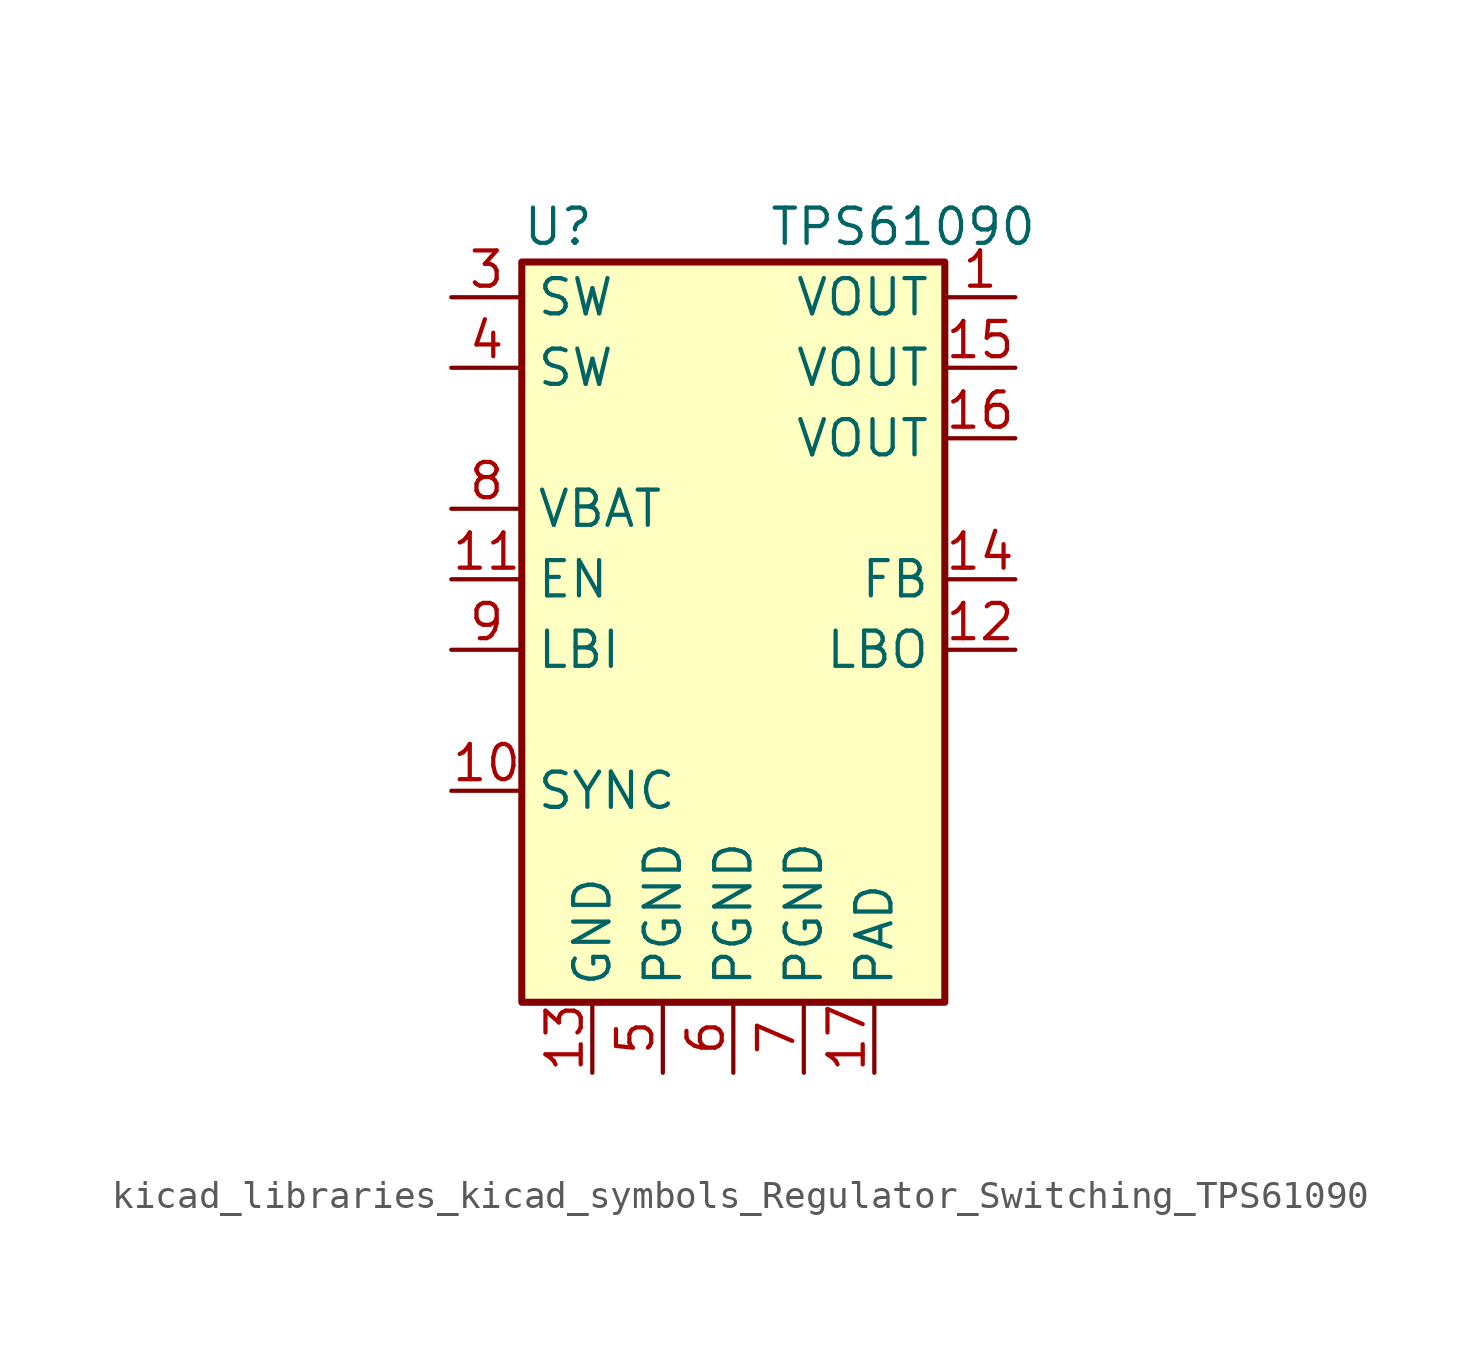
<source format=kicad_sym>
(kicad_symbol_lib
  (version 20220914)
  (generator kicad_symbol_editor)
  (symbol "kicad_libraries_kicad_symbols_Regulator_Switching_TPS61090"
    (property "Reference" "U"
      (at -7.62 15.24 0)
      (effects (font (size 1.27 1.27)) (justify left)))
    (property "Value" "TPS61090"
      (at 1.27 15.24 0)
      (effects (font (size 1.27 1.27)) (justify left)))
    (symbol "kicad_libraries_kicad_symbols_Regulator_Switching_TPS61090_0_0"
      (pin power_out line (at 10.16 12.7 180) (length 2.54) (name "VOUT" (effects (font (size 1.27 1.27)))) (number "1" (effects (font (size 1.27 1.27)))))
      (pin input line (at -10.16 -5.08 0) (length 2.54) (name "SYNC" (effects (font (size 1.27 1.27)))) (number "10" (effects (font (size 1.27 1.27)))))
      (pin input line (at -10.16 2.54 0) (length 2.54) (name "EN" (effects (font (size 1.27 1.27)))) (number "11" (effects (font (size 1.27 1.27)))))
      (pin open_collector line (at 10.16 0 180) (length 2.54) (name "LBO" (effects (font (size 1.27 1.27)))) (number "12" (effects (font (size 1.27 1.27)))))
      (pin power_in line (at -5.08 -15.24 90) (length 2.54) (name "GND" (effects (font (size 1.27 1.27)))) (number "13" (effects (font (size 1.27 1.27)))))
      (pin input line (at 10.16 2.54 180) (length 2.54) (name "FB" (effects (font (size 1.27 1.27)))) (number "14" (effects (font (size 1.27 1.27)))))
      (pin passive line (at 10.16 10.16 180) (length 2.54) (name "VOUT" (effects (font (size 1.27 1.27)))) (number "15" (effects (font (size 1.27 1.27)))))
      (pin passive line (at 10.16 7.62 180) (length 2.54) (name "VOUT" (effects (font (size 1.27 1.27)))) (number "16" (effects (font (size 1.27 1.27)))))
      (pin power_in line (at 5.08 -15.24 90) (length 2.54) (name "PAD" (effects (font (size 1.27 1.27)))) (number "17" (effects (font (size 1.27 1.27)))))
      (pin no_connect line (at 10.16 -5.08 180) (length 2.54) hide (name "NC" (effects (font (size 1.27 1.27)))) (number "2" (effects (font (size 1.27 1.27)))))
      (pin passive line (at -10.16 12.7 0) (length 2.54) (name "SW" (effects (font (size 1.27 1.27)))) (number "3" (effects (font (size 1.27 1.27)))))
      (pin passive line (at -10.16 10.16 0) (length 2.54) (name "SW" (effects (font (size 1.27 1.27)))) (number "4" (effects (font (size 1.27 1.27)))))
      (pin power_in line (at -2.54 -15.24 90) (length 2.54) (name "PGND" (effects (font (size 1.27 1.27)))) (number "5" (effects (font (size 1.27 1.27)))))
      (pin power_in line (at 0 -15.24 90) (length 2.54) (name "PGND" (effects (font (size 1.27 1.27)))) (number "6" (effects (font (size 1.27 1.27)))))
      (pin power_in line (at 2.54 -15.24 90) (length 2.54) (name "PGND" (effects (font (size 1.27 1.27)))) (number "7" (effects (font (size 1.27 1.27)))))
      (pin power_in line (at -10.16 5.08 0) (length 2.54) (name "VBAT" (effects (font (size 1.27 1.27)))) (number "8" (effects (font (size 1.27 1.27)))))
      (pin input line (at -10.16 0 0) (length 2.54) (name "LBI" (effects (font (size 1.27 1.27)))) (number "9" (effects (font (size 1.27 1.27))))))
    (symbol "kicad_libraries_kicad_symbols_Regulator_Switching_TPS61090_0_1"
      (rectangle (start -7.62 13.97) (end 7.62 -12.7) (stroke (width 0.254) (type default)) (fill (type background))))))
</source>
